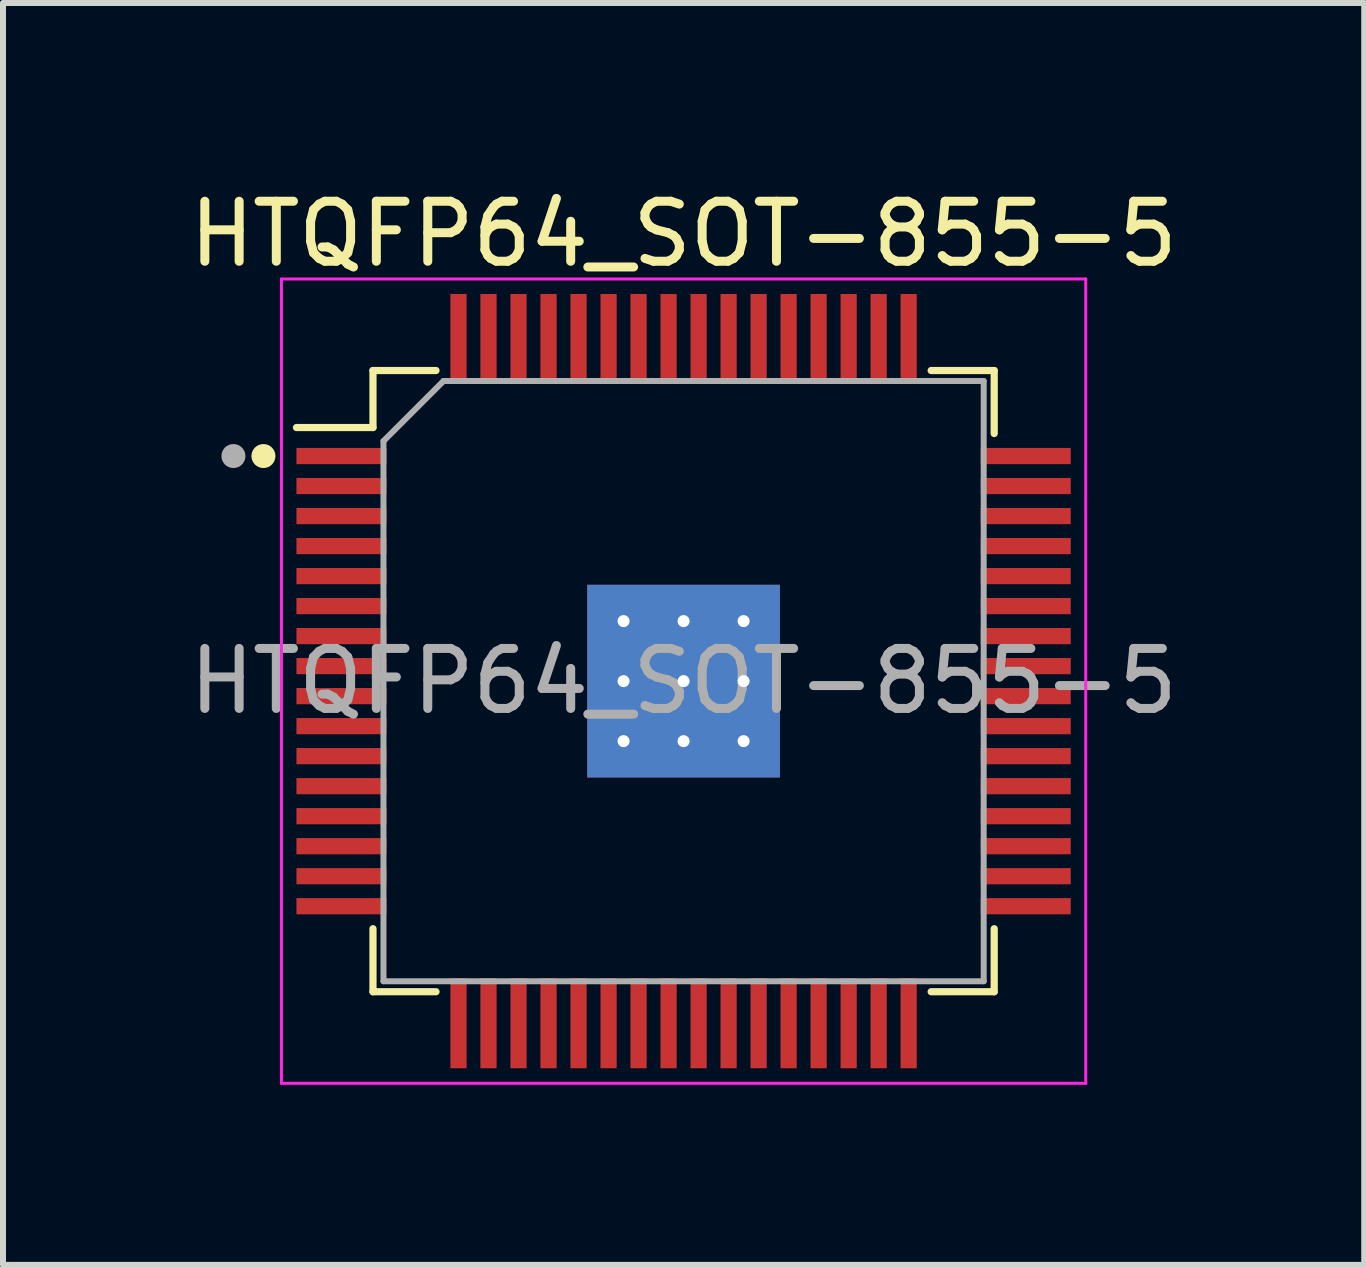
<source format=kicad_pcb>
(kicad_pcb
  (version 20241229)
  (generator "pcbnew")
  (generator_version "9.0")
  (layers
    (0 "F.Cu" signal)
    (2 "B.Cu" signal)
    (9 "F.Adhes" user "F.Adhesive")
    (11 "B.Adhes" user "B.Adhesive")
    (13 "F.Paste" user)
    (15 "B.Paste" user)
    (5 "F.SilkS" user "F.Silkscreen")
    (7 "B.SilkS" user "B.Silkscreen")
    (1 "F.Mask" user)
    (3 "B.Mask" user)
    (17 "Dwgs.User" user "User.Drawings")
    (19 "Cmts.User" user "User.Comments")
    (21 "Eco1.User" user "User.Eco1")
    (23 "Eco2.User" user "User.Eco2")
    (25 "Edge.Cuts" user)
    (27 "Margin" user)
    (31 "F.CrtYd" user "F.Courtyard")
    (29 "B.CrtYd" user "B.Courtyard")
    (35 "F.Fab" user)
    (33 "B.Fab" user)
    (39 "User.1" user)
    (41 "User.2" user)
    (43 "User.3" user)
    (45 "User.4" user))
  (footprint "HTQFP64_SOT-855-5"
    (layer "F.Cu")
    (at 8.339 8.298)
    (property "Reference" "HTQFP64_SOT-855-5" (at 0 -7.45 0) (layer "F.SilkS") (effects (font (size 1 1) (thickness 0.15))))
    (attr smd)
    (fp_line (start -5.175 -5.175) (end -5.175 -4.225) (stroke (width 0.12) (type solid)) (layer "F.SilkS"))
    (fp_line (start -5.175 -5.175) (end -4.125 -5.175) (stroke (width 0.12) (type solid)) (layer "F.SilkS"))
    (fp_line (start -5.175 -4.225) (end -6.45 -4.225) (stroke (width 0.12) (type solid)) (layer "F.SilkS"))
    (fp_line (start -5.175 5.175) (end -5.175 4.125) (stroke (width 0.12) (type solid)) (layer "F.SilkS"))
    (fp_line (start -5.175 5.175) (end -4.125 5.175) (stroke (width 0.12) (type solid)) (layer "F.SilkS"))
    (fp_line (start 5.175 -5.175) (end 4.125 -5.175) (stroke (width 0.12) (type solid)) (layer "F.SilkS"))
    (fp_line (start 5.175 -5.175) (end 5.175 -4.125) (stroke (width 0.12) (type solid)) (layer "F.SilkS"))
    (fp_line (start 5.175 5.175) (end 4.125 5.175) (stroke (width 0.12) (type solid)) (layer "F.SilkS"))
    (fp_line (start 5.175 5.175) (end 5.175 4.125) (stroke (width 0.12) (type solid)) (layer "F.SilkS"))
    (fp_circle (center -7 -3.75) (end -6.9 -3.75) (stroke (width 0.2) (type solid)) (fill no) (layer "F.SilkS"))
    (fp_line (start -6.7 -6.7) (end -6.7 6.7) (stroke (width 0.05) (type solid)) (layer "F.CrtYd"))
    (fp_line (start -6.7 -6.7) (end 6.7 -6.7) (stroke (width 0.05) (type solid)) (layer "F.CrtYd"))
    (fp_line (start -6.7 6.7) (end 6.7 6.7) (stroke (width 0.05) (type solid)) (layer "F.CrtYd"))
    (fp_line (start 6.7 -6.7) (end 6.7 6.7) (stroke (width 0.05) (type solid)) (layer "F.CrtYd"))
    (fp_line (start -5 -4) (end -4 -5) (stroke (width 0.1) (type solid)) (layer "F.Fab"))
    (fp_line (start -5 5) (end -5 -4) (stroke (width 0.1) (type solid)) (layer "F.Fab"))
    (fp_line (start -4 -5) (end 5 -5) (stroke (width 0.1) (type solid)) (layer "F.Fab"))
    (fp_line (start 5 -5) (end 5 5) (stroke (width 0.1) (type solid)) (layer "F.Fab"))
    (fp_line (start 5 5) (end -5 5) (stroke (width 0.1) (type solid)) (layer "F.Fab"))
    (fp_circle (center -7.5 -3.75) (end -7.4 -3.75) (stroke (width 0.2) (type solid)) (fill no) (layer "F.Fab"))
    (fp_text user "${REFERENCE}" (at 0 0 0) (layer "F.Fab") (effects (font (size 1 1) (thickness 0.15))))
    (pad "" smd rect (at -5.7 -3.75) (size 1.6 0.37) (layers "F.Mask"))
    (pad "" smd rect (at -5.7 -3.25) (size 1.6 0.37) (layers "F.Mask"))
    (pad "" smd rect (at -5.7 -2.75) (size 1.6 0.37) (layers "F.Mask"))
    (pad "" smd rect (at -5.7 -2.25) (size 1.6 0.37) (layers "F.Mask"))
    (pad "" smd rect (at -5.7 -1.75) (size 1.6 0.37) (layers "F.Mask"))
    (pad "" smd rect (at -5.7 -1.25) (size 1.6 0.37) (layers "F.Mask"))
    (pad "" smd rect (at -5.7 -0.75) (size 1.6 0.37) (layers "F.Mask"))
    (pad "" smd rect (at -5.7 -0.25) (size 1.6 0.37) (layers "F.Mask"))
    (pad "" smd rect (at -5.7 0.25) (size 1.6 0.37) (layers "F.Mask"))
    (pad "" smd rect (at -5.7 0.75) (size 1.6 0.37) (layers "F.Mask"))
    (pad "" smd rect (at -5.7 1.25) (size 1.6 0.37) (layers "F.Mask"))
    (pad "" smd rect (at -5.7 1.75) (size 1.6 0.37) (layers "F.Mask"))
    (pad "" smd rect (at -5.7 2.25) (size 1.6 0.37) (layers "F.Mask"))
    (pad "" smd rect (at -5.7 2.75) (size 1.6 0.37) (layers "F.Mask"))
    (pad "" smd rect (at -5.7 3.25) (size 1.6 0.37) (layers "F.Mask"))
    (pad "" smd rect (at -5.7 3.75) (size 1.6 0.37) (layers "F.Mask"))
    (pad "" smd rect (at -3.75 -5.7 90) (size 1.6 0.37) (layers "F.Mask"))
    (pad "" smd rect (at -3.75 5.7 90) (size 1.6 0.37) (layers "F.Mask"))
    (pad "" smd rect (at -3.25 -5.7 90) (size 1.6 0.37) (layers "F.Mask"))
    (pad "" smd rect (at -3.25 5.7 90) (size 1.6 0.37) (layers "F.Mask"))
    (pad "" smd rect (at -2.75 -5.7 90) (size 1.6 0.37) (layers "F.Mask"))
    (pad "" smd rect (at -2.75 5.7 90) (size 1.6 0.37) (layers "F.Mask"))
    (pad "" smd rect (at -2.25 -5.7 90) (size 1.6 0.37) (layers "F.Mask"))
    (pad "" smd rect (at -2.25 5.7 90) (size 1.6 0.37) (layers "F.Mask"))
    (pad "" smd rect (at -1.75 -5.7 90) (size 1.6 0.37) (layers "F.Mask"))
    (pad "" smd rect (at -1.75 5.7 90) (size 1.6 0.37) (layers "F.Mask"))
    (pad "" smd rect (at -1.25 -5.7 90) (size 1.6 0.37) (layers "F.Mask"))
    (pad "" smd rect (at -1.25 5.7 90) (size 1.6 0.37) (layers "F.Mask"))
    (pad "" smd rect (at -0.75 -5.7 90) (size 1.6 0.37) (layers "F.Mask"))
    (pad "" smd rect (at -0.75 -0.75 180) (size 1.25 1.25) (layers "F.Paste"))
    (pad "" smd rect (at -0.75 0.75 180) (size 1.24 1.24) (layers "F.Paste"))
    (pad "" smd rect (at -0.75 5.7 90) (size 1.6 0.37) (layers "F.Mask"))
    (pad "" smd rect (at -0.25 -5.7 90) (size 1.6 0.37) (layers "F.Mask"))
    (pad "" smd rect (at -0.25 5.7 90) (size 1.6 0.37) (layers "F.Mask"))
    (pad "" smd rect (at 0 0 180) (size 3.31 3.31) (layers "F.Mask"))
    (pad "" smd rect (at 0.25 -5.7 90) (size 1.6 0.37) (layers "F.Mask"))
    (pad "" smd rect (at 0.25 5.7 90) (size 1.6 0.37) (layers "F.Mask"))
    (pad "" smd rect (at 0.75 -5.7 90) (size 1.6 0.37) (layers "F.Mask"))
    (pad "" smd rect (at 0.75 -0.75 180) (size 1.25 1.25) (layers "F.Paste"))
    (pad "" smd rect (at 0.75 0.75 180) (size 1.25 1.25) (layers "F.Paste"))
    (pad "" smd rect (at 0.75 5.7 90) (size 1.6 0.37) (layers "F.Mask"))
    (pad "" smd rect (at 1.25 -5.7 90) (size 1.6 0.37) (layers "F.Mask"))
    (pad "" smd rect (at 1.25 5.7 90) (size 1.6 0.37) (layers "F.Mask"))
    (pad "" smd rect (at 1.75 -5.7 90) (size 1.6 0.37) (layers "F.Mask"))
    (pad "" smd rect (at 1.75 5.7 90) (size 1.6 0.37) (layers "F.Mask"))
    (pad "" smd rect (at 2.25 -5.7 90) (size 1.6 0.37) (layers "F.Mask"))
    (pad "" smd rect (at 2.25 5.7 90) (size 1.6 0.37) (layers "F.Mask"))
    (pad "" smd rect (at 2.75 -5.7 90) (size 1.6 0.37) (layers "F.Mask"))
    (pad "" smd rect (at 2.75 5.7 90) (size 1.6 0.37) (layers "F.Mask"))
    (pad "" smd rect (at 3.25 -5.7 90) (size 1.6 0.37) (layers "F.Mask"))
    (pad "" smd rect (at 3.25 5.7 90) (size 1.6 0.37) (layers "F.Mask"))
    (pad "" smd rect (at 3.75 -5.7 90) (size 1.6 0.37) (layers "F.Mask"))
    (pad "" smd rect (at 3.75 5.7 90) (size 1.6 0.37) (layers "F.Mask"))
    (pad "" smd rect (at 5.7 -3.75) (size 1.6 0.37) (layers "F.Mask"))
    (pad "" smd rect (at 5.7 -3.25) (size 1.6 0.37) (layers "F.Mask"))
    (pad "" smd rect (at 5.7 -2.75) (size 1.6 0.37) (layers "F.Mask"))
    (pad "" smd rect (at 5.7 -2.25) (size 1.6 0.37) (layers "F.Mask"))
    (pad "" smd rect (at 5.7 -1.75) (size 1.6 0.37) (layers "F.Mask"))
    (pad "" smd rect (at 5.7 -1.25) (size 1.6 0.37) (layers "F.Mask"))
    (pad "" smd rect (at 5.7 -0.75) (size 1.6 0.37) (layers "F.Mask"))
    (pad "" smd rect (at 5.7 -0.25) (size 1.6 0.37) (layers "F.Mask"))
    (pad "" smd rect (at 5.7 0.25) (size 1.6 0.37) (layers "F.Mask"))
    (pad "" smd rect (at 5.7 0.75) (size 1.6 0.37) (layers "F.Mask"))
    (pad "" smd rect (at 5.7 1.25) (size 1.6 0.37) (layers "F.Mask"))
    (pad "" smd rect (at 5.7 1.75) (size 1.6 0.37) (layers "F.Mask"))
    (pad "" smd rect (at 5.7 2.25) (size 1.6 0.37) (layers "F.Mask"))
    (pad "" smd rect (at 5.7 2.75) (size 1.6 0.37) (layers "F.Mask"))
    (pad "" smd rect (at 5.7 3.25) (size 1.6 0.37) (layers "F.Mask"))
    (pad "" smd rect (at 5.7 3.75) (size 1.6 0.37) (layers "F.Mask"))
    (pad "1" smd rect (at -5.7 -3.75) (size 1.5 0.27) (layers "F.Cu" "F.Paste"))
    (pad "2" smd rect (at -5.7 -3.25) (size 1.5 0.27) (layers "F.Cu" "F.Paste"))
    (pad "3" smd rect (at -5.7 -2.75) (size 1.5 0.27) (layers "F.Cu" "F.Paste"))
    (pad "4" smd rect (at -5.7 -2.25) (size 1.5 0.27) (layers "F.Cu" "F.Paste"))
    (pad "5" smd rect (at -5.7 -1.75) (size 1.5 0.27) (layers "F.Cu" "F.Paste"))
    (pad "6" smd rect (at -5.7 -1.25) (size 1.5 0.27) (layers "F.Cu" "F.Paste"))
    (pad "7" smd rect (at -5.7 -0.75) (size 1.5 0.27) (layers "F.Cu" "F.Paste"))
    (pad "8" smd rect (at -5.7 -0.25) (size 1.5 0.27) (layers "F.Cu" "F.Paste"))
    (pad "9" smd rect (at -5.7 0.25) (size 1.5 0.27) (layers "F.Cu" "F.Paste"))
    (pad "10" smd rect (at -5.7 0.75) (size 1.5 0.27) (layers "F.Cu" "F.Paste"))
    (pad "11" smd rect (at -5.7 1.25) (size 1.5 0.27) (layers "F.Cu" "F.Paste"))
    (pad "12" smd rect (at -5.7 1.75) (size 1.5 0.27) (layers "F.Cu" "F.Paste"))
    (pad "13" smd rect (at -5.7 2.25) (size 1.5 0.27) (layers "F.Cu" "F.Paste"))
    (pad "14" smd rect (at -5.7 2.75) (size 1.5 0.27) (layers "F.Cu" "F.Paste"))
    (pad "15" smd rect (at -5.7 3.25) (size 1.5 0.27) (layers "F.Cu" "F.Paste"))
    (pad "16" smd rect (at -5.7 3.75) (size 1.5 0.27) (layers "F.Cu" "F.Paste"))
    (pad "17" smd rect (at -3.75 5.7 90) (size 1.5 0.27) (layers "F.Cu" "F.Paste"))
    (pad "18" smd rect (at -3.25 5.7 90) (size 1.5 0.27) (layers "F.Cu" "F.Paste"))
    (pad "19" smd rect (at -2.75 5.7 90) (size 1.5 0.27) (layers "F.Cu" "F.Paste"))
    (pad "20" smd rect (at -2.25 5.7 90) (size 1.5 0.27) (layers "F.Cu" "F.Paste"))
    (pad "21" smd rect (at -1.75 5.7 90) (size 1.5 0.27) (layers "F.Cu" "F.Paste"))
    (pad "22" smd rect (at -1.25 5.7 90) (size 1.5 0.27) (layers "F.Cu" "F.Paste"))
    (pad "23" smd rect (at -0.75 5.7 90) (size 1.5 0.27) (layers "F.Cu" "F.Paste"))
    (pad "24" smd rect (at -0.25 5.7 90) (size 1.5 0.27) (layers "F.Cu" "F.Paste"))
    (pad "25" smd rect (at 0.25 5.7 90) (size 1.5 0.27) (layers "F.Cu" "F.Paste"))
    (pad "26" smd rect (at 0.75 5.7 90) (size 1.5 0.27) (layers "F.Cu" "F.Paste"))
    (pad "27" smd rect (at 1.25 5.7 90) (size 1.5 0.27) (layers "F.Cu" "F.Paste"))
    (pad "28" smd rect (at 1.75 5.7 90) (size 1.5 0.27) (layers "F.Cu" "F.Paste"))
    (pad "29" smd rect (at 2.25 5.7 90) (size 1.5 0.27) (layers "F.Cu" "F.Paste"))
    (pad "30" smd rect (at 2.75 5.7 90) (size 1.5 0.27) (layers "F.Cu" "F.Paste"))
    (pad "31" smd rect (at 3.25 5.7 90) (size 1.5 0.27) (layers "F.Cu" "F.Paste"))
    (pad "32" smd rect (at 3.75 5.7 90) (size 1.5 0.27) (layers "F.Cu" "F.Paste"))
    (pad "33" smd rect (at 5.7 3.75) (size 1.5 0.27) (layers "F.Cu" "F.Paste"))
    (pad "34" smd rect (at 5.7 3.25) (size 1.5 0.27) (layers "F.Cu" "F.Paste"))
    (pad "35" smd rect (at 5.7 2.75) (size 1.5 0.27) (layers "F.Cu" "F.Paste"))
    (pad "36" smd rect (at 5.7 2.25) (size 1.5 0.27) (layers "F.Cu" "F.Paste"))
    (pad "37" smd rect (at 5.7 1.75) (size 1.5 0.27) (layers "F.Cu" "F.Paste"))
    (pad "38" smd rect (at 5.7 1.25) (size 1.5 0.27) (layers "F.Cu" "F.Paste"))
    (pad "39" smd rect (at 5.7 0.75) (size 1.5 0.27) (layers "F.Cu" "F.Paste"))
    (pad "40" smd rect (at 5.7 0.25) (size 1.5 0.27) (layers "F.Cu" "F.Paste"))
    (pad "41" smd rect (at 5.7 -0.25) (size 1.5 0.27) (layers "F.Cu" "F.Paste"))
    (pad "42" smd rect (at 5.7 -0.75) (size 1.5 0.27) (layers "F.Cu" "F.Paste"))
    (pad "43" smd rect (at 5.7 -1.25) (size 1.5 0.27) (layers "F.Cu" "F.Paste"))
    (pad "44" smd rect (at 5.7 -1.75) (size 1.5 0.27) (layers "F.Cu" "F.Paste"))
    (pad "45" smd rect (at 5.7 -2.25) (size 1.5 0.27) (layers "F.Cu" "F.Paste"))
    (pad "46" smd rect (at 5.7 -2.75) (size 1.5 0.27) (layers "F.Cu" "F.Paste"))
    (pad "47" smd rect (at 5.7 -3.25) (size 1.5 0.27) (layers "F.Cu" "F.Paste"))
    (pad "48" smd rect (at 5.7 -3.75) (size 1.5 0.27) (layers "F.Cu" "F.Paste"))
    (pad "49" smd rect (at 3.75 -5.7 90) (size 1.5 0.27) (layers "F.Cu" "F.Paste"))
    (pad "50" smd rect (at 3.25 -5.7 90) (size 1.5 0.27) (layers "F.Cu" "F.Paste"))
    (pad "51" smd rect (at 2.75 -5.7 90) (size 1.5 0.27) (layers "F.Cu" "F.Paste"))
    (pad "52" smd rect (at 2.25 -5.7 90) (size 1.5 0.27) (layers "F.Cu" "F.Paste"))
    (pad "53" smd rect (at 1.75 -5.7 90) (size 1.5 0.27) (layers "F.Cu" "F.Paste"))
    (pad "54" smd rect (at 1.25 -5.7 90) (size 1.5 0.27) (layers "F.Cu" "F.Paste"))
    (pad "55" smd rect (at 0.75 -5.7 90) (size 1.5 0.27) (layers "F.Cu" "F.Paste"))
    (pad "56" smd rect (at 0.25 -5.7 90) (size 1.5 0.27) (layers "F.Cu" "F.Paste"))
    (pad "57" smd rect (at -0.25 -5.7 90) (size 1.5 0.27) (layers "F.Cu" "F.Paste"))
    (pad "58" smd rect (at -0.75 -5.7 90) (size 1.5 0.27) (layers "F.Cu" "F.Paste"))
    (pad "59" smd rect (at -1.25 -5.7 90) (size 1.5 0.27) (layers "F.Cu" "F.Paste"))
    (pad "60" smd rect (at -1.75 -5.7 90) (size 1.5 0.27) (layers "F.Cu" "F.Paste"))
    (pad "61" smd rect (at -2.25 -5.7 90) (size 1.5 0.27) (layers "F.Cu" "F.Paste"))
    (pad "62" smd rect (at -2.75 -5.7 90) (size 1.5 0.27) (layers "F.Cu" "F.Paste"))
    (pad "63" smd rect (at -3.25 -5.7 90) (size 1.5 0.27) (layers "F.Cu" "F.Paste"))
    (pad "64" smd rect (at -3.75 -5.7 90) (size 1.5 0.27) (layers "F.Cu" "F.Paste"))
    (pad "65" thru_hole circle (at -1 -1 90) (size 0.5 0.5) (drill 0.2) (layers "*.Cu"))
    (pad "65" thru_hole circle (at -1 0 90) (size 0.5 0.5) (drill 0.2) (layers "*.Cu"))
    (pad "65" thru_hole circle (at -1 1 90) (size 0.5 0.5) (drill 0.2) (layers "*.Cu"))
    (pad "65" thru_hole circle (at 0 -1 90) (size 0.5 0.5) (drill 0.2) (layers "*.Cu"))
    (pad "65" thru_hole circle (at 0 0 90) (size 0.5 0.5) (drill 0.2) (layers "*.Cu"))
    (pad "65" smd rect (at 0 0 180) (size 3.21 3.21) (layers "F.Cu"))
    (pad "65" smd rect (at 0 0 180) (size 3.21 3.21) (layers "B.Cu"))
    (pad "65" thru_hole circle (at 0 1 90) (size 0.5 0.5) (drill 0.2) (layers "*.Cu"))
    (pad "65" thru_hole circle (at 1 -1 90) (size 0.5 0.5) (drill 0.2) (layers "*.Cu"))
    (pad "65" thru_hole circle (at 1 0 90) (size 0.5 0.5) (drill 0.2) (layers "*.Cu"))
    (pad "65" thru_hole circle (at 1 1 90) (size 0.5 0.5) (drill 0.2) (layers "*.Cu")))
  (gr_rect
    (start -3 -3)
    (end 19.679 18.023)
    (stroke (width 0.1) (type default))
    (fill no)
    (layer "Edge.Cuts")))
</source>
